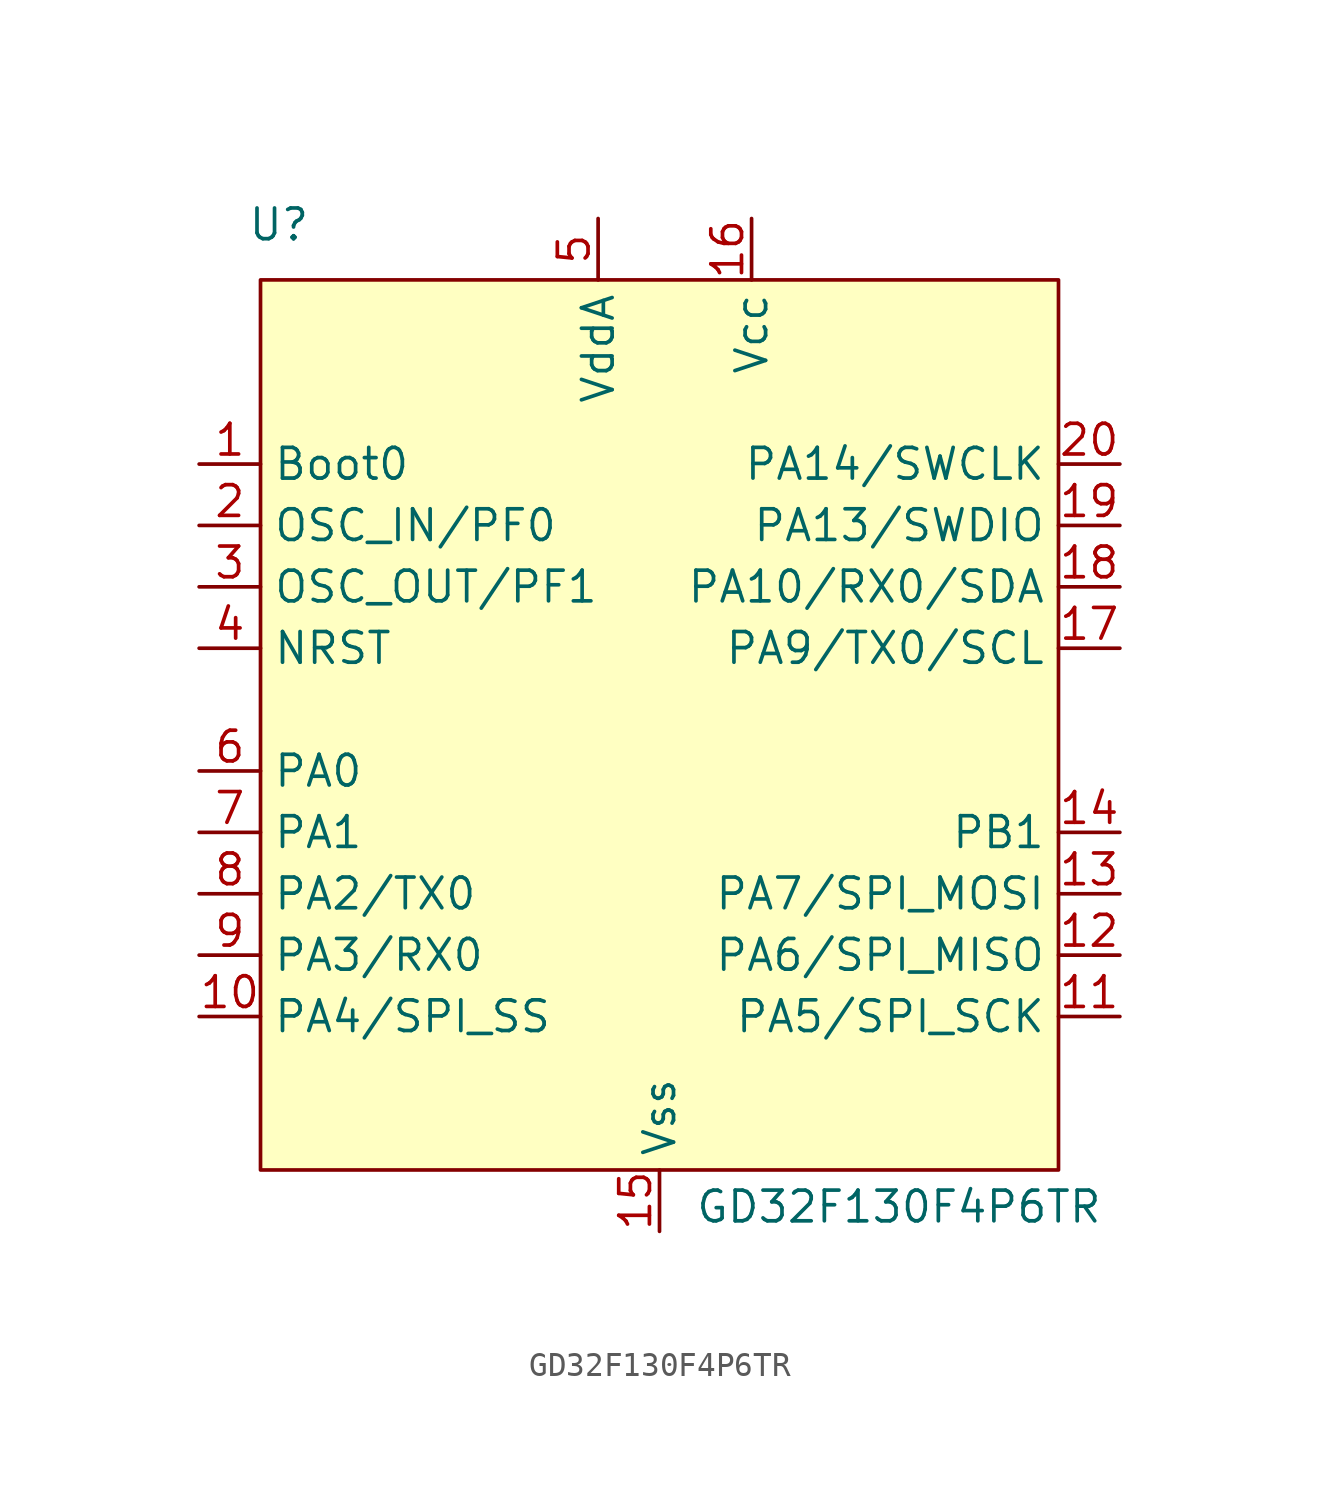
<source format=kicad_sym>
(kicad_symbol_lib
  (version 20231120)
  (generator "kicad_symbol_editor")
  (generator_version "8.0")
  (symbol "GD32F130F4P6TR"
    (property "Reference" "U"
      (at -15.748 18.796 0)
      (effects (font (size 1.27 1.27))))
    (property "Value" "GD32F130F4P6TR"
      (at 9.906 -21.844 0)
      (effects (font (size 1.27 1.27))))
    (symbol "GD32F130F4P6TR_1_1"
      (rectangle (start -16.51 16.51) (end 16.51 -20.32) (stroke (width 0) (type default)) (fill (type background)))
      (pin input line (at -19.05 8.89 0) (length 2.54) (name "Boot0" (effects (font (size 1.27 1.27)))) (number "1" (effects (font (size 1.27 1.27)))))
      (pin bidirectional line (at -19.05 -13.97 0) (length 2.54) (name "PA4/SPI_SS" (effects (font (size 1.27 1.27)))) (number "10" (effects (font (size 1.27 1.27)))))
      (pin bidirectional line (at 19.05 -13.97 180) (length 2.54) (name "PA5/SPI_SCK" (effects (font (size 1.27 1.27)))) (number "11" (effects (font (size 1.27 1.27)))))
      (pin bidirectional line (at 19.05 -11.43 180) (length 2.54) (name "PA6/SPI_MISO" (effects (font (size 1.27 1.27)))) (number "12" (effects (font (size 1.27 1.27)))))
      (pin bidirectional line (at 19.05 -8.89 180) (length 2.54) (name "PA7/SPI_MOSI" (effects (font (size 1.27 1.27)))) (number "13" (effects (font (size 1.27 1.27)))))
      (pin bidirectional line (at 19.05 -6.35 180) (length 2.54) (name "PB1" (effects (font (size 1.27 1.27)))) (number "14" (effects (font (size 1.27 1.27)))))
      (pin power_in line (at 0 -22.86 90) (length 2.54) (name "Vss" (effects (font (size 1.27 1.27)))) (number "15" (effects (font (size 1.27 1.27)))))
      (pin power_in line (at 3.81 19.05 270) (length 2.54) (name "Vcc" (effects (font (size 1.27 1.27)))) (number "16" (effects (font (size 1.27 1.27)))))
      (pin bidirectional line (at 19.05 1.27 180) (length 2.54) (name "PA9/TX0/SCL" (effects (font (size 1.27 1.27)))) (number "17" (effects (font (size 1.27 1.27)))))
      (pin bidirectional line (at 19.05 3.81 180) (length 2.54) (name "PA10/RX0/SDA" (effects (font (size 1.27 1.27)))) (number "18" (effects (font (size 1.27 1.27)))))
      (pin bidirectional line (at 19.05 6.35 180) (length 2.54) (name "PA13/SWDIO" (effects (font (size 1.27 1.27)))) (number "19" (effects (font (size 1.27 1.27)))))
      (pin bidirectional line (at -19.05 6.35 0) (length 2.54) (name "OSC_IN/PF0" (effects (font (size 1.27 1.27)))) (number "2" (effects (font (size 1.27 1.27)))))
      (pin bidirectional line (at 19.05 8.89 180) (length 2.54) (name "PA14/SWCLK" (effects (font (size 1.27 1.27)))) (number "20" (effects (font (size 1.27 1.27)))))
      (pin bidirectional line (at -19.05 3.81 0) (length 2.54) (name "OSC_OUT/PF1" (effects (font (size 1.27 1.27)))) (number "3" (effects (font (size 1.27 1.27)))))
      (pin bidirectional line (at -19.05 1.27 0) (length 2.54) (name "NRST" (effects (font (size 1.27 1.27)))) (number "4" (effects (font (size 1.27 1.27)))))
      (pin power_in line (at -2.54 19.05 270) (length 2.54) (name "VddA" (effects (font (size 1.27 1.27)))) (number "5" (effects (font (size 1.27 1.27)))))
      (pin bidirectional line (at -19.05 -3.81 0) (length 2.54) (name "PA0" (effects (font (size 1.27 1.27)))) (number "6" (effects (font (size 1.27 1.27)))))
      (pin bidirectional line (at -19.05 -6.35 0) (length 2.54) (name "PA1" (effects (font (size 1.27 1.27)))) (number "7" (effects (font (size 1.27 1.27)))))
      (pin bidirectional line (at -19.05 -8.89 0) (length 2.54) (name "PA2/TX0" (effects (font (size 1.27 1.27)))) (number "8" (effects (font (size 1.27 1.27)))))
      (pin bidirectional line (at -19.05 -11.43 0) (length 2.54) (name "PA3/RX0" (effects (font (size 1.27 1.27)))) (number "9" (effects (font (size 1.27 1.27))))))))
</source>
